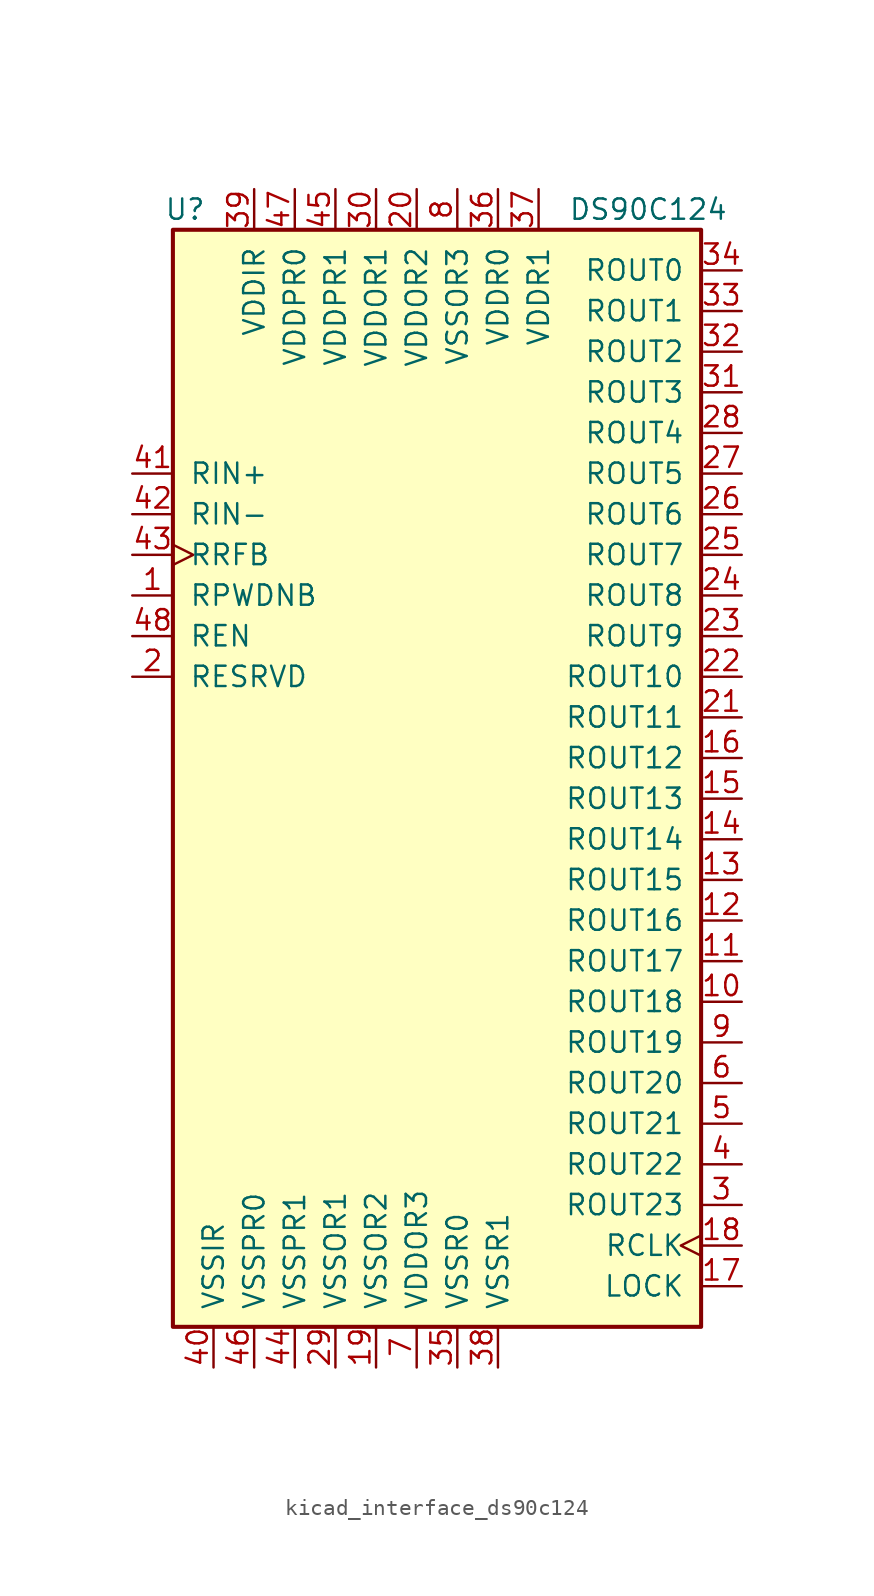
<source format=kicad_sym>
(kicad_symbol_lib
  (version 20220914)
  (generator kicad_symbol_editor)
  (symbol "kicad_interface_ds90c124"
    (pin_names
      (offset 1.016))
    (property "Reference" "U"
      (at -14.478 34.29 0)
      (effects (font (size 1.27 1.27))))
    (property "Value" "DS90C124"
      (at 14.478 34.29 0)
      (effects (font (size 1.27 1.27))))
    (symbol "kicad_interface_ds90c124_0_1"
      (rectangle (start -15.24 33.02) (end 17.78 -35.56) (stroke (width 0.254) (type default)) (fill (type background))))
    (symbol "kicad_interface_ds90c124_1_1"
      (pin input line (at -17.78 10.16 0) (length 2.54) (name "RPWDNB" (effects (font (size 1.27 1.27)))) (number "1" (effects (font (size 1.27 1.27)))))
      (pin output line (at 20.32 -15.24 180) (length 2.54) (name "ROUT18" (effects (font (size 1.27 1.27)))) (number "10" (effects (font (size 1.27 1.27)))))
      (pin output line (at 20.32 -12.7 180) (length 2.54) (name "ROUT17" (effects (font (size 1.27 1.27)))) (number "11" (effects (font (size 1.27 1.27)))))
      (pin output line (at 20.32 -10.16 180) (length 2.54) (name "ROUT16" (effects (font (size 1.27 1.27)))) (number "12" (effects (font (size 1.27 1.27)))))
      (pin output line (at 20.32 -7.62 180) (length 2.54) (name "ROUT15" (effects (font (size 1.27 1.27)))) (number "13" (effects (font (size 1.27 1.27)))))
      (pin output line (at 20.32 -5.08 180) (length 2.54) (name "ROUT14" (effects (font (size 1.27 1.27)))) (number "14" (effects (font (size 1.27 1.27)))))
      (pin output line (at 20.32 -2.54 180) (length 2.54) (name "ROUT13" (effects (font (size 1.27 1.27)))) (number "15" (effects (font (size 1.27 1.27)))))
      (pin output line (at 20.32 0 180) (length 2.54) (name "ROUT12" (effects (font (size 1.27 1.27)))) (number "16" (effects (font (size 1.27 1.27)))))
      (pin output line (at 20.32 -33.02 180) (length 2.54) (name "LOCK" (effects (font (size 1.27 1.27)))) (number "17" (effects (font (size 1.27 1.27)))))
      (pin output clock (at 20.32 -30.48 180) (length 2.54) (name "RCLK" (effects (font (size 1.27 1.27)))) (number "18" (effects (font (size 1.27 1.27)))))
      (pin power_in line (at -2.54 -38.1 90) (length 2.54) (name "VSSOR2" (effects (font (size 1.27 1.27)))) (number "19" (effects (font (size 1.27 1.27)))))
      (pin input line (at -17.78 5.08 0) (length 2.54) (name "RESRVD" (effects (font (size 1.27 1.27)))) (number "2" (effects (font (size 1.27 1.27)))))
      (pin power_in line (at 0 35.56 270) (length 2.54) (name "VDDOR2" (effects (font (size 1.27 1.27)))) (number "20" (effects (font (size 1.27 1.27)))))
      (pin output line (at 20.32 2.54 180) (length 2.54) (name "ROUT11" (effects (font (size 1.27 1.27)))) (number "21" (effects (font (size 1.27 1.27)))))
      (pin output line (at 20.32 5.08 180) (length 2.54) (name "ROUT10" (effects (font (size 1.27 1.27)))) (number "22" (effects (font (size 1.27 1.27)))))
      (pin output line (at 20.32 7.62 180) (length 2.54) (name "ROUT9" (effects (font (size 1.27 1.27)))) (number "23" (effects (font (size 1.27 1.27)))))
      (pin output line (at 20.32 10.16 180) (length 2.54) (name "ROUT8" (effects (font (size 1.27 1.27)))) (number "24" (effects (font (size 1.27 1.27)))))
      (pin output line (at 20.32 12.7 180) (length 2.54) (name "ROUT7" (effects (font (size 1.27 1.27)))) (number "25" (effects (font (size 1.27 1.27)))))
      (pin output line (at 20.32 15.24 180) (length 2.54) (name "ROUT6" (effects (font (size 1.27 1.27)))) (number "26" (effects (font (size 1.27 1.27)))))
      (pin output line (at 20.32 17.78 180) (length 2.54) (name "ROUT5" (effects (font (size 1.27 1.27)))) (number "27" (effects (font (size 1.27 1.27)))))
      (pin output line (at 20.32 20.32 180) (length 2.54) (name "ROUT4" (effects (font (size 1.27 1.27)))) (number "28" (effects (font (size 1.27 1.27)))))
      (pin power_in line (at -5.08 -38.1 90) (length 2.54) (name "VSSOR1" (effects (font (size 1.27 1.27)))) (number "29" (effects (font (size 1.27 1.27)))))
      (pin output line (at 20.32 -27.94 180) (length 2.54) (name "ROUT23" (effects (font (size 1.27 1.27)))) (number "3" (effects (font (size 1.27 1.27)))))
      (pin power_in line (at -2.54 35.56 270) (length 2.54) (name "VDDOR1" (effects (font (size 1.27 1.27)))) (number "30" (effects (font (size 1.27 1.27)))))
      (pin output line (at 20.32 22.86 180) (length 2.54) (name "ROUT3" (effects (font (size 1.27 1.27)))) (number "31" (effects (font (size 1.27 1.27)))))
      (pin output line (at 20.32 25.4 180) (length 2.54) (name "ROUT2" (effects (font (size 1.27 1.27)))) (number "32" (effects (font (size 1.27 1.27)))))
      (pin output line (at 20.32 27.94 180) (length 2.54) (name "ROUT1" (effects (font (size 1.27 1.27)))) (number "33" (effects (font (size 1.27 1.27)))))
      (pin output line (at 20.32 30.48 180) (length 2.54) (name "ROUT0" (effects (font (size 1.27 1.27)))) (number "34" (effects (font (size 1.27 1.27)))))
      (pin power_in line (at 2.54 -38.1 90) (length 2.54) (name "VSSR0" (effects (font (size 1.27 1.27)))) (number "35" (effects (font (size 1.27 1.27)))))
      (pin power_in line (at 5.08 35.56 270) (length 2.54) (name "VDDR0" (effects (font (size 1.27 1.27)))) (number "36" (effects (font (size 1.27 1.27)))))
      (pin power_in line (at 7.62 35.56 270) (length 2.54) (name "VDDR1" (effects (font (size 1.27 1.27)))) (number "37" (effects (font (size 1.27 1.27)))))
      (pin power_in line (at 5.08 -38.1 90) (length 2.54) (name "VSSR1" (effects (font (size 1.27 1.27)))) (number "38" (effects (font (size 1.27 1.27)))))
      (pin power_in line (at -10.16 35.56 270) (length 2.54) (name "VDDIR" (effects (font (size 1.27 1.27)))) (number "39" (effects (font (size 1.27 1.27)))))
      (pin output line (at 20.32 -25.4 180) (length 2.54) (name "ROUT22" (effects (font (size 1.27 1.27)))) (number "4" (effects (font (size 1.27 1.27)))))
      (pin power_in line (at -12.7 -38.1 90) (length 2.54) (name "VSSIR" (effects (font (size 1.27 1.27)))) (number "40" (effects (font (size 1.27 1.27)))))
      (pin input line (at -17.78 17.78 0) (length 2.54) (name "RIN+" (effects (font (size 1.27 1.27)))) (number "41" (effects (font (size 1.27 1.27)))))
      (pin input line (at -17.78 15.24 0) (length 2.54) (name "RIN-" (effects (font (size 1.27 1.27)))) (number "42" (effects (font (size 1.27 1.27)))))
      (pin input clock (at -17.78 12.7 0) (length 2.54) (name "RRFB" (effects (font (size 1.27 1.27)))) (number "43" (effects (font (size 1.27 1.27)))))
      (pin power_in line (at -7.62 -38.1 90) (length 2.54) (name "VSSPR1" (effects (font (size 1.27 1.27)))) (number "44" (effects (font (size 1.27 1.27)))))
      (pin power_in line (at -5.08 35.56 270) (length 2.54) (name "VDDPR1" (effects (font (size 1.27 1.27)))) (number "45" (effects (font (size 1.27 1.27)))))
      (pin power_in line (at -10.16 -38.1 90) (length 2.54) (name "VSSPR0" (effects (font (size 1.27 1.27)))) (number "46" (effects (font (size 1.27 1.27)))))
      (pin power_in line (at -7.62 35.56 270) (length 2.54) (name "VDDPR0" (effects (font (size 1.27 1.27)))) (number "47" (effects (font (size 1.27 1.27)))))
      (pin input line (at -17.78 7.62 0) (length 2.54) (name "REN" (effects (font (size 1.27 1.27)))) (number "48" (effects (font (size 1.27 1.27)))))
      (pin output line (at 20.32 -22.86 180) (length 2.54) (name "ROUT21" (effects (font (size 1.27 1.27)))) (number "5" (effects (font (size 1.27 1.27)))))
      (pin output line (at 20.32 -20.32 180) (length 2.54) (name "ROUT20" (effects (font (size 1.27 1.27)))) (number "6" (effects (font (size 1.27 1.27)))))
      (pin power_in line (at 0 -38.1 90) (length 2.54) (name "VDDOR3" (effects (font (size 1.27 1.27)))) (number "7" (effects (font (size 1.27 1.27)))))
      (pin power_in line (at 2.54 35.56 270) (length 2.54) (name "VSSOR3" (effects (font (size 1.27 1.27)))) (number "8" (effects (font (size 1.27 1.27)))))
      (pin output line (at 20.32 -17.78 180) (length 2.54) (name "ROUT19" (effects (font (size 1.27 1.27)))) (number "9" (effects (font (size 1.27 1.27))))))))
</source>
